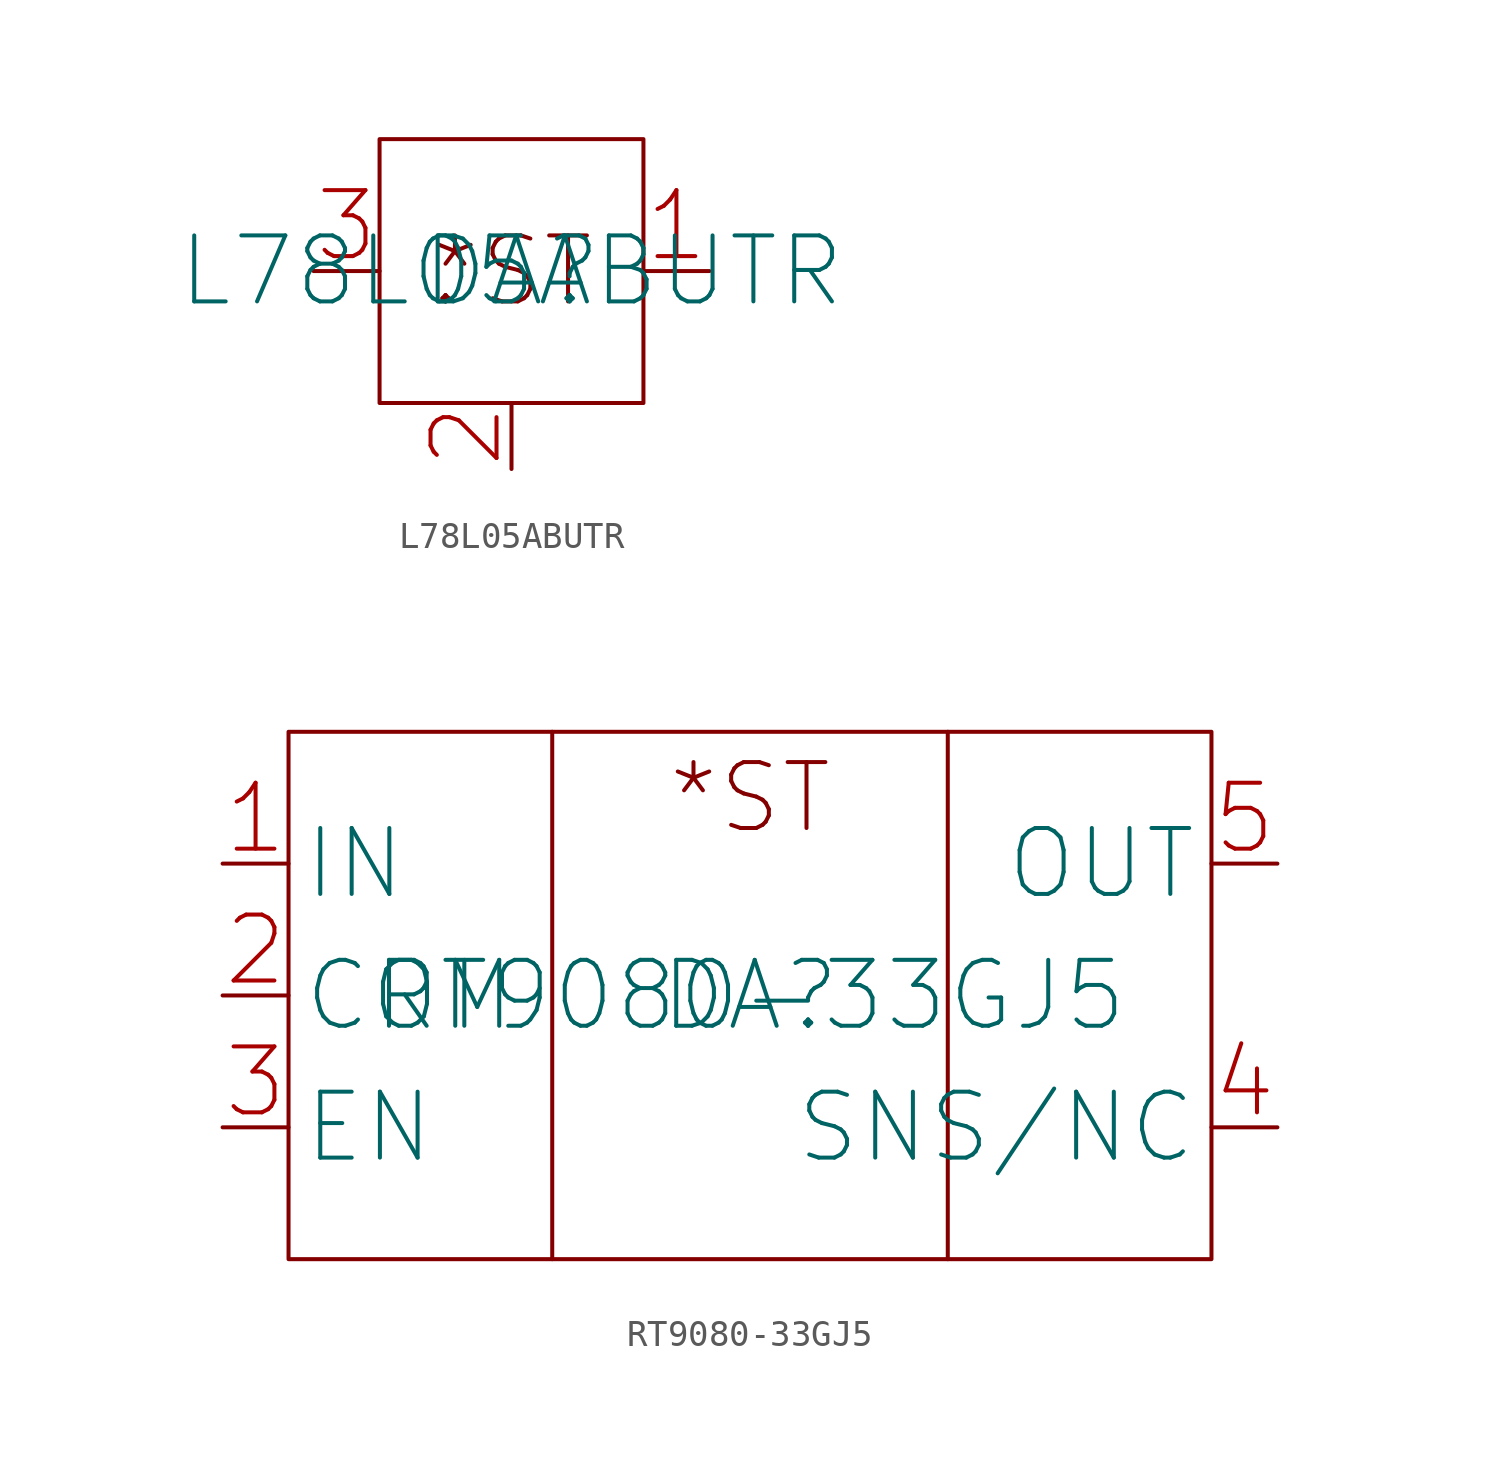
<source format=kicad_sym>
(kicad_symbol_lib
  (version 20220914)
  (generator kicad_symbol_editor)
  (symbol "L78L05ABUTR"
    (pin_names hide)
    (property "Reference" "DA"
      (at 0 0 0)
      (effects (font (size 2.5 2.5))))
    (property "Value" "L78L05ABUTR"
      (at 0 0 0)
      (effects (font (size 2.5 2.5))))
    (symbol "L78L05ABUTR_0_1"
      (rectangle (start -5 5) (end 5 -5) (stroke (width 0) (type default)) (fill (type none))))
    (symbol "L78L05ABUTR_1_1"
      (text "*ST" (at 0 0 0) (effects (font (size 2.5 2.5))))
      (text "." (at -2.5 0 0) (effects (font (size 2.5 2.5))))
      (pin input line (at 7.5 0 180) (length 2.5) (name "" (effects (font (size 2.5 2.5)))) (number "1" (effects (font (size 2.5 2.5)))))
      (pin input line (at 0 -7.5 90) (length 2.5) (name "" (effects (font (size 2.5 2.5)))) (number "2" (effects (font (size 2.5 2.5)))))
      (pin input line (at -7.5 0 0) (length 2.5) (name "" (effects (font (size 2.5 2.5)))) (number "3" (effects (font (size 2.5 2.5)))))))
  (symbol "RT9080-33GJ5"
    (property "Reference" "DA"
      (at 0 0 0)
      (effects (font (size 2.5 2.5))))
    (property "Value" "RT9080-33GJ5"
      (at 0 0 0)
      (effects (font (size 2.5 2.5))))
    (symbol "RT9080-33GJ5_0_1"
      (rectangle (start -17.5 10) (end 17.5 -10) (stroke (width 0) (type default)) (fill (type none)))
      (polyline (pts (xy -7.5 10) (xy -7.5 -10)) (stroke (width 0) (type default)) (fill (type none)))
      (polyline (pts (xy 7.5 10) (xy 7.5 -10)) (stroke (width 0) (type default)) (fill (type none))))
    (symbol "RT9080-33GJ5_1_1"
      (text "*ST" (at 0 7.5 0) (effects (font (size 2.5 2.5))))
      (pin input line (at -20 5 0) (length 2.5) (name "IN" (effects (font (size 2.5 2.5)))) (number "1" (effects (font (size 2.5 2.5)))))
      (pin input line (at -20 0 0) (length 2.5) (name "COM" (effects (font (size 2.5 2.5)))) (number "2" (effects (font (size 2.5 2.5)))))
      (pin input line (at -20 -5 0) (length 2.5) (name "EN" (effects (font (size 2.5 2.5)))) (number "3" (effects (font (size 2.5 2.5)))))
      (pin input line (at 20 -5 180) (length 2.5) (name "SNS/NC" (effects (font (size 2.5 2.5)))) (number "4" (effects (font (size 2.5 2.5)))))
      (pin input line (at 20 5 180) (length 2.5) (name "OUT" (effects (font (size 2.5 2.5)))) (number "5" (effects (font (size 2.5 2.5))))))))
</source>
